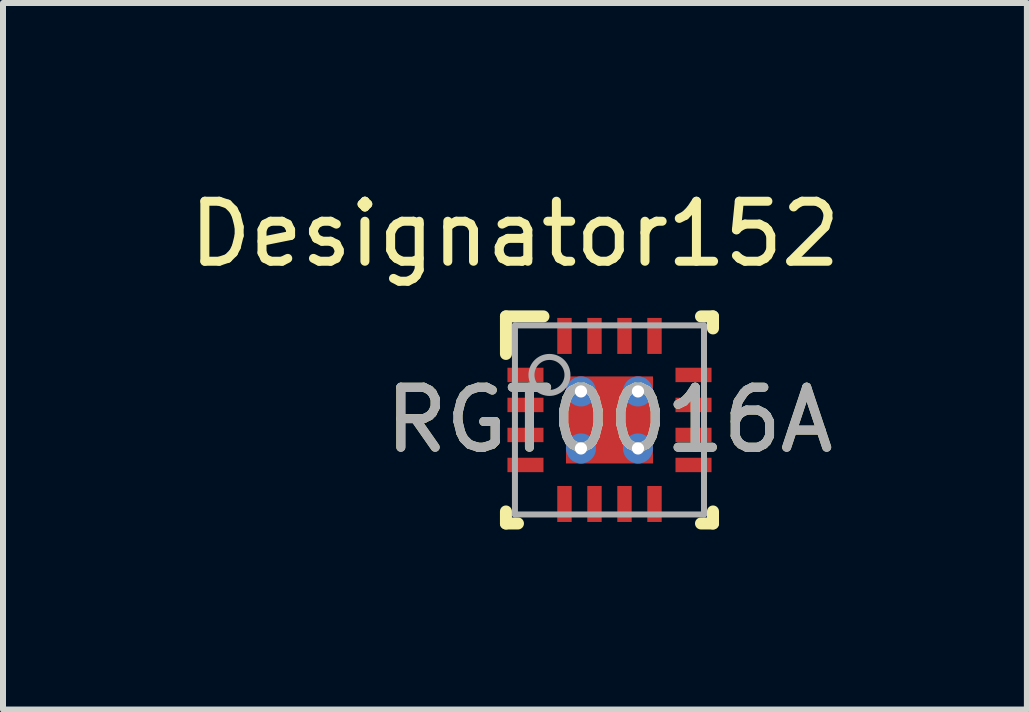
<source format=kicad_pcb>
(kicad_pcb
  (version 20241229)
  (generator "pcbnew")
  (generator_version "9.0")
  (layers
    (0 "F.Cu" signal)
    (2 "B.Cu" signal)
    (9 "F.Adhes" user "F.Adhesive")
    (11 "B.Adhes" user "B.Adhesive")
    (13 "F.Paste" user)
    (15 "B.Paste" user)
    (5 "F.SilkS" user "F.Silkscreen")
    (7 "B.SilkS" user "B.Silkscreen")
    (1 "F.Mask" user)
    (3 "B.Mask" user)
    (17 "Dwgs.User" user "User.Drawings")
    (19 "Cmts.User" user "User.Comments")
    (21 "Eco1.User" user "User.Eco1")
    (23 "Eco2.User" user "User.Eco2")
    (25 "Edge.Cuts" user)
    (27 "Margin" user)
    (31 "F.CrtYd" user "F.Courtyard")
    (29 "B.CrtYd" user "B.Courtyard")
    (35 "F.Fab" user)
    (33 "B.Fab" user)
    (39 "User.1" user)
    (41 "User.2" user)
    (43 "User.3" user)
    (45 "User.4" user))
  (footprint "RGT0016A"
    (layer "F.Cu")
    (at 7.105 3.947)
    (property "Reference" "RGT0016A" (at 0 0 0) (unlocked yes) (layer "F.SilkS") (effects (font (size 1 1) (thickness 0.15))))
    (attr smd)
    (fp_line (start -1.725 -1.725) (end -1.1 -1.725) (stroke (width 0.2) (type solid)) (layer "F.SilkS"))
    (fp_line (start -1.725 -1.1) (end -1.725 -1.725) (stroke (width 0.2) (type solid)) (layer "F.SilkS"))
    (fp_line (start -1.725 1.725) (end -1.725 1.525) (stroke (width 0.2) (type solid)) (layer "F.SilkS"))
    (fp_line (start -1.725 1.725) (end -1.525 1.725) (stroke (width 0.2) (type solid)) (layer "F.SilkS"))
    (fp_line (start 1.525 -1.725) (end 1.725 -1.725) (stroke (width 0.2) (type solid)) (layer "F.SilkS"))
    (fp_line (start 1.525 1.725) (end 1.725 1.725) (stroke (width 0.2) (type solid)) (layer "F.SilkS"))
    (fp_line (start 1.725 -1.525) (end 1.725 -1.725) (stroke (width 0.2) (type solid)) (layer "F.SilkS"))
    (fp_line (start 1.725 1.725) (end 1.725 1.525) (stroke (width 0.2) (type solid)) (layer "F.SilkS"))
    (fp_poly (pts (xy -0.668 0.668) (xy 0.669 0.668) (xy 0.669 -0.668) (xy -0.668 -0.668)) (stroke (width 0) (type solid)) (fill yes) (layer "F.Paste"))
    (fp_line (start -1.575 -1.575) (end 1.575 -1.575) (stroke (width 0.1) (type solid)) (layer "F.Fab"))
    (fp_line (start -1.575 1.575) (end -1.575 -1.575) (stroke (width 0.1) (type solid)) (layer "F.Fab"))
    (fp_line (start -1.575 1.575) (end 1.575 1.575) (stroke (width 0.1) (type solid)) (layer "F.Fab"))
    (fp_line (start 1.575 1.575) (end 1.575 -1.575) (stroke (width 0.1) (type solid)) (layer "F.Fab"))
    (fp_circle (center -1 -0.75) (end -0.7 -0.75) (stroke (width 0.1) (type solid)) (fill no) (layer "F.Fab"))
    (fp_text user "Designator152" (at -1.575 -3.099 0) (unlocked yes) (layer "F.SilkS") (effects (font (size 1 1) (thickness 0.15))))
    (fp_text user "${REFERENCE}" (at 0 0 0) (unlocked yes) (layer "F.Fab") (effects (font (size 1 1) (thickness 0.15))))
    (pad "1" smd rect (at -1.4 -0.75 90) (size 0.24 0.6) (layers "F.Cu" "F.Mask" "F.Paste"))
    (pad "2" smd rect (at -1.4 -0.25 90) (size 0.24 0.6) (layers "F.Cu" "F.Mask" "F.Paste"))
    (pad "3" smd rect (at -1.4 0.25 90) (size 0.24 0.6) (layers "F.Cu" "F.Mask" "F.Paste"))
    (pad "4" smd rect (at -1.4 0.75 90) (size 0.24 0.6) (layers "F.Cu" "F.Mask" "F.Paste"))
    (pad "5" smd rect (at -0.75 1.4) (size 0.24 0.6) (layers "F.Cu" "F.Mask" "F.Paste"))
    (pad "6" smd rect (at -0.25 1.4) (size 0.24 0.6) (layers "F.Cu" "F.Mask" "F.Paste"))
    (pad "7" smd rect (at 0.25 1.4) (size 0.24 0.6) (layers "F.Cu" "F.Mask" "F.Paste"))
    (pad "8" smd rect (at 0.75 1.4) (size 0.24 0.6) (layers "F.Cu" "F.Mask" "F.Paste"))
    (pad "9" smd rect (at 1.4 0.75 90) (size 0.24 0.6) (layers "F.Cu" "F.Mask" "F.Paste"))
    (pad "10" smd rect (at 1.4 0.25 90) (size 0.24 0.6) (layers "F.Cu" "F.Mask" "F.Paste"))
    (pad "11" smd rect (at 1.4 -0.25 90) (size 0.24 0.6) (layers "F.Cu" "F.Mask" "F.Paste"))
    (pad "12" smd rect (at 1.4 -0.75 90) (size 0.24 0.6) (layers "F.Cu" "F.Mask" "F.Paste"))
    (pad "13" smd rect (at 0.75 -1.4) (size 0.24 0.6) (layers "F.Cu" "F.Mask" "F.Paste"))
    (pad "14" smd rect (at 0.25 -1.4) (size 0.24 0.6) (layers "F.Cu" "F.Mask" "F.Paste"))
    (pad "15" smd rect (at -0.25 -1.4) (size 0.24 0.6) (layers "F.Cu" "F.Mask" "F.Paste"))
    (pad "16" smd rect (at -0.75 -1.4) (size 0.24 0.6) (layers "F.Cu" "F.Mask" "F.Paste"))
    (pad "17" smd rect (at 0.000003 0) (size 1.45 1.45) (layers "F.Cu" "F.Mask"))
    (pad "V" thru_hole circle (at -0.475 -0.475) (size 0.5 0.5) (drill 0.203) (layers "*.Cu" "*.Mask"))
    (pad "V" thru_hole circle (at -0.475 0.475) (size 0.5 0.5) (drill 0.203) (layers "*.Cu" "*.Mask"))
    (pad "V" thru_hole circle (at 0.475 -0.475) (size 0.5 0.5) (drill 0.203) (layers "*.Cu" "*.Mask"))
    (pad "V" thru_hole circle (at 0.475 0.475) (size 0.5 0.5) (drill 0.203) (layers "*.Cu" "*.Mask")))
  (gr_rect
    (start -3 -3)
    (end 14.06 8.772)
    (stroke (width 0.1) (type default))
    (fill no)
    (layer "Edge.Cuts")))
</source>
